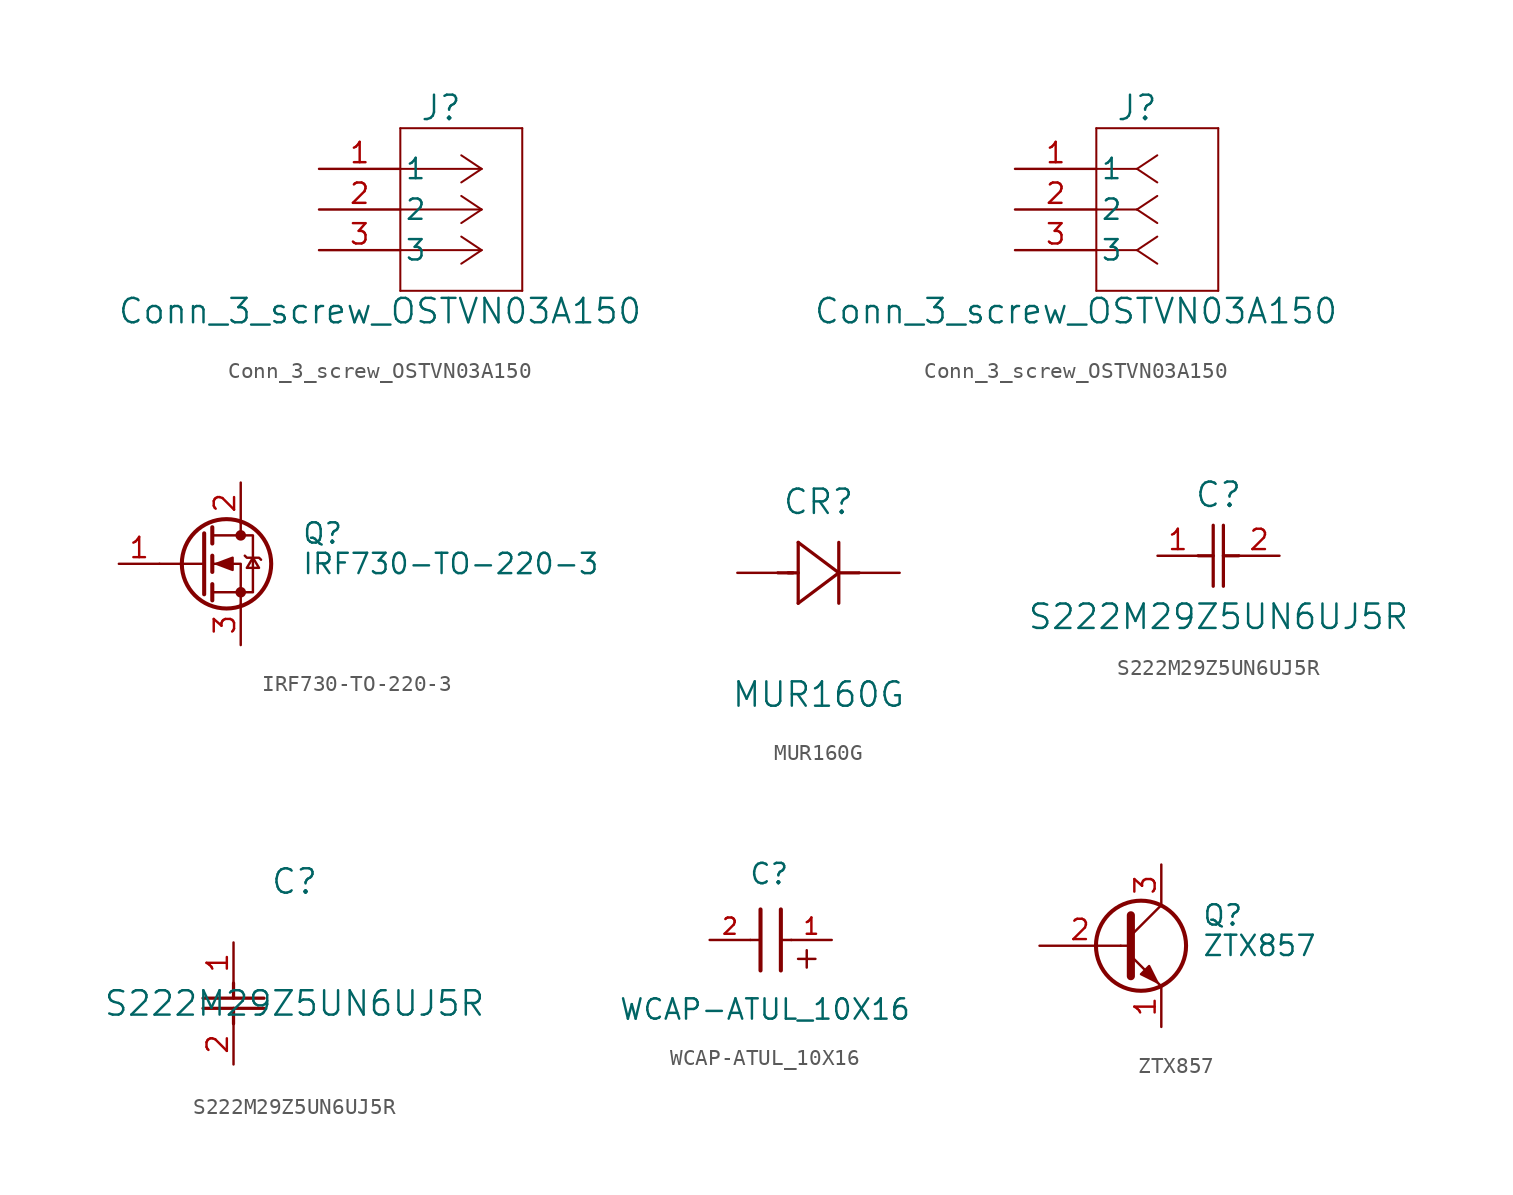
<source format=kicad_sym>
(kicad_symbol_lib
  (version 20231120)
  (generator "kicad_symbol_editor")
  (generator_version "8.0")
  (symbol "Conn_3_screw_OSTVN03A150"
    (pin_names
      (offset 0.254))
    (property "Reference" "J"
      (at 7.62 3.81 0)
      (effects (font (size 1.524 1.524))))
    (property "Value" "Conn_3_screw_OSTVN03A150"
      (at 3.81 -8.89 0)
      (effects (font (size 1.524 1.524))))
    (property "ki_locked" ""
      (at 0 0 0)
      (effects (font (size 1.27 1.27))))
    (symbol "Conn_3_screw_OSTVN03A150_1_1"
      (polyline (pts (xy 5.08 -7.62) (xy 12.7 -7.62)) (stroke (width 0.127) (type default)) (fill (type none)))
      (polyline (pts (xy 5.08 2.54) (xy 5.08 -7.62)) (stroke (width 0.127) (type default)) (fill (type none)))
      (polyline (pts (xy 10.16 -5.08) (xy 5.08 -5.08)) (stroke (width 0.127) (type default)) (fill (type none)))
      (polyline (pts (xy 10.16 -5.08) (xy 8.89 -5.927)) (stroke (width 0.127) (type default)) (fill (type none)))
      (polyline (pts (xy 10.16 -5.08) (xy 8.89 -4.233)) (stroke (width 0.127) (type default)) (fill (type none)))
      (polyline (pts (xy 10.16 -2.54) (xy 5.08 -2.54)) (stroke (width 0.127) (type default)) (fill (type none)))
      (polyline (pts (xy 10.16 -2.54) (xy 8.89 -3.387)) (stroke (width 0.127) (type default)) (fill (type none)))
      (polyline (pts (xy 10.16 -2.54) (xy 8.89 -1.693)) (stroke (width 0.127) (type default)) (fill (type none)))
      (polyline (pts (xy 10.16 0) (xy 5.08 0)) (stroke (width 0.127) (type default)) (fill (type none)))
      (polyline (pts (xy 10.16 0) (xy 8.89 -0.847)) (stroke (width 0.127) (type default)) (fill (type none)))
      (polyline (pts (xy 10.16 0) (xy 8.89 0.847)) (stroke (width 0.127) (type default)) (fill (type none)))
      (polyline (pts (xy 12.7 -7.62) (xy 12.7 2.54)) (stroke (width 0.127) (type default)) (fill (type none)))
      (polyline (pts (xy 12.7 2.54) (xy 5.08 2.54)) (stroke (width 0.127) (type default)) (fill (type none)))
      (pin passive line (at 0 0 0) (length 5.08) (name "1" (effects (font (size 1.27 1.27)))) (number "1" (effects (font (size 1.27 1.27)))))
      (pin passive line (at 0 -2.54 0) (length 5.08) (name "2" (effects (font (size 1.27 1.27)))) (number "2" (effects (font (size 1.27 1.27)))))
      (pin passive line (at 0 -5.08 0) (length 5.08) (name "3" (effects (font (size 1.27 1.27)))) (number "3" (effects (font (size 1.27 1.27))))))
    (symbol "Conn_3_screw_OSTVN03A150_1_2"
      (polyline (pts (xy 5.08 -7.62) (xy 12.7 -7.62)) (stroke (width 0.127) (type default)) (fill (type none)))
      (polyline (pts (xy 5.08 2.54) (xy 5.08 -7.62)) (stroke (width 0.127) (type default)) (fill (type none)))
      (polyline (pts (xy 7.62 -5.08) (xy 5.08 -5.08)) (stroke (width 0.127) (type default)) (fill (type none)))
      (polyline (pts (xy 7.62 -5.08) (xy 8.89 -5.927)) (stroke (width 0.127) (type default)) (fill (type none)))
      (polyline (pts (xy 7.62 -5.08) (xy 8.89 -4.233)) (stroke (width 0.127) (type default)) (fill (type none)))
      (polyline (pts (xy 7.62 -2.54) (xy 5.08 -2.54)) (stroke (width 0.127) (type default)) (fill (type none)))
      (polyline (pts (xy 7.62 -2.54) (xy 8.89 -3.387)) (stroke (width 0.127) (type default)) (fill (type none)))
      (polyline (pts (xy 7.62 -2.54) (xy 8.89 -1.693)) (stroke (width 0.127) (type default)) (fill (type none)))
      (polyline (pts (xy 7.62 0) (xy 5.08 0)) (stroke (width 0.127) (type default)) (fill (type none)))
      (polyline (pts (xy 7.62 0) (xy 8.89 -0.847)) (stroke (width 0.127) (type default)) (fill (type none)))
      (polyline (pts (xy 7.62 0) (xy 8.89 0.847)) (stroke (width 0.127) (type default)) (fill (type none)))
      (polyline (pts (xy 12.7 -7.62) (xy 12.7 2.54)) (stroke (width 0.127) (type default)) (fill (type none)))
      (polyline (pts (xy 12.7 2.54) (xy 5.08 2.54)) (stroke (width 0.127) (type default)) (fill (type none)))
      (pin unspecified line (at 0 0 0) (length 5.08) (name "1" (effects (font (size 1.27 1.27)))) (number "1" (effects (font (size 1.27 1.27)))))
      (pin unspecified line (at 0 -2.54 0) (length 5.08) (name "2" (effects (font (size 1.27 1.27)))) (number "2" (effects (font (size 1.27 1.27)))))
      (pin unspecified line (at 0 -5.08 0) (length 5.08) (name "3" (effects (font (size 1.27 1.27)))) (number "3" (effects (font (size 1.27 1.27)))))))
  (symbol "IRF730-TO-220-3"
    (pin_names hide)
    (property "Reference" "Q"
      (at 6.35 1.905 0)
      (effects (font (size 1.27 1.27)) (justify left)))
    (property "Value" "IRF730-TO-220-3"
      (at 6.35 0 0)
      (effects (font (size 1.27 1.27)) (justify left)))
    (symbol "IRF730-TO-220-3_0_1"
      (polyline (pts (xy 0.254 0) (xy -2.54 0)) (stroke (width 0) (type default)) (fill (type none)))
      (polyline (pts (xy 0.254 1.905) (xy 0.254 -1.905)) (stroke (width 0.254) (type default)) (fill (type none)))
      (polyline (pts (xy 0.762 -1.27) (xy 0.762 -2.286)) (stroke (width 0.254) (type default)) (fill (type none)))
      (polyline (pts (xy 0.762 0.508) (xy 0.762 -0.508)) (stroke (width 0.254) (type default)) (fill (type none)))
      (polyline (pts (xy 0.762 2.286) (xy 0.762 1.27)) (stroke (width 0.254) (type default)) (fill (type none)))
      (polyline (pts (xy 2.54 2.54) (xy 2.54 1.778)) (stroke (width 0) (type default)) (fill (type none)))
      (polyline (pts (xy 2.54 -2.54) (xy 2.54 0) (xy 0.762 0)) (stroke (width 0) (type default)) (fill (type none)))
      (polyline (pts (xy 0.762 -1.778) (xy 3.302 -1.778) (xy 3.302 1.778) (xy 0.762 1.778)) (stroke (width 0) (type default)) (fill (type none)))
      (polyline (pts (xy 1.016 0) (xy 2.032 0.381) (xy 2.032 -0.381) (xy 1.016 0)) (stroke (width 0) (type default)) (fill (type outline)))
      (polyline (pts (xy 2.794 0.508) (xy 2.921 0.381) (xy 3.683 0.381) (xy 3.81 0.254)) (stroke (width 0) (type default)) (fill (type none)))
      (polyline (pts (xy 3.302 0.381) (xy 2.921 -0.254) (xy 3.683 -0.254) (xy 3.302 0.381)) (stroke (width 0) (type default)) (fill (type none)))
      (circle (center 1.651 0) (radius 2.794) (stroke (width 0.254) (type default)) (fill (type none)))
      (circle (center 2.54 -1.778) (radius 0.254) (stroke (width 0) (type default)) (fill (type outline)))
      (circle (center 2.54 1.778) (radius 0.254) (stroke (width 0) (type default)) (fill (type outline))))
    (symbol "IRF730-TO-220-3_1_1"
      (pin input line (at -5.08 0 0) (length 2.54) (name "G" (effects (font (size 1.27 1.27)))) (number "1" (effects (font (size 1.27 1.27)))))
      (pin passive line (at 2.54 5.08 270) (length 2.54) (name "D" (effects (font (size 1.27 1.27)))) (number "2" (effects (font (size 1.27 1.27)))))
      (pin passive line (at 2.54 -5.08 90) (length 2.54) (name "S" (effects (font (size 1.27 1.27)))) (number "3" (effects (font (size 1.27 1.27)))))))
  (symbol "MUR160G"
    (pin_numbers hide)
    (pin_names
      (offset -1.651) hide)
    (property "Reference" "CR"
      (at 5.08 4.445 0)
      (effects (font (size 1.524 1.524))))
    (property "Value" "MUR160G"
      (at 5.08 -7.62 0)
      (effects (font (size 1.524 1.524))))
    (property "Datasheet" ""
      (at 0 0 0)
      (effects (font (size 1.524 1.524))))
    (property "ki_locked" ""
      (at 0 0 0)
      (effects (font (size 1.27 1.27))))
    (symbol "MUR160G_1_1"
      (polyline (pts (xy 2.54 0) (xy 3.48 0)) (stroke (width 0.203) (type default)) (fill (type none)))
      (polyline (pts (xy 3.175 0) (xy 3.81 0)) (stroke (width 0.203) (type default)) (fill (type none)))
      (polyline (pts (xy 3.81 -1.905) (xy 6.35 0)) (stroke (width 0.203) (type default)) (fill (type none)))
      (polyline (pts (xy 3.81 1.905) (xy 3.81 -1.905)) (stroke (width 0.203) (type default)) (fill (type none)))
      (polyline (pts (xy 6.35 -1.905) (xy 6.35 1.905)) (stroke (width 0.203) (type default)) (fill (type none)))
      (polyline (pts (xy 6.35 0) (xy 3.81 1.905)) (stroke (width 0.203) (type default)) (fill (type none)))
      (polyline (pts (xy 6.35 0) (xy 7.62 0)) (stroke (width 0.203) (type default)) (fill (type none)))
      (pin passive line (at 10.16 0 180) (length 2.54) (name "1" (effects (font (size 1.499 1.499)))) (number "1" (effects (font (size 1.499 1.499)))))
      (pin passive line (at 0 0 0) (length 2.54) (name "2" (effects (font (size 1.499 1.499)))) (number "2" (effects (font (size 1.499 1.499)))))))
  (symbol "S222M29Z5UN6UJ5R"
    (pin_names
      (offset 0.254))
    (property "Reference" "C"
      (at 3.81 3.81 0)
      (effects (font (size 1.524 1.524))))
    (property "Value" "S222M29Z5UN6UJ5R"
      (at 3.81 -3.81 0)
      (effects (font (size 1.524 1.524))))
    (property "ki_locked" ""
      (at 0 0 0)
      (effects (font (size 1.27 1.27))))
    (symbol "S222M29Z5UN6UJ5R_1_1"
      (polyline (pts (xy 2.54 0) (xy 3.48 0)) (stroke (width 0.203) (type default)) (fill (type none)))
      (polyline (pts (xy 3.48 -1.905) (xy 3.48 1.905)) (stroke (width 0.203) (type default)) (fill (type none)))
      (polyline (pts (xy 4.115 -1.905) (xy 4.115 1.905)) (stroke (width 0.203) (type default)) (fill (type none)))
      (polyline (pts (xy 4.115 0) (xy 5.08 0)) (stroke (width 0.203) (type default)) (fill (type none)))
      (pin passive line (at 0 0 0) (length 2.54) (name "" (effects (font (size 1.27 1.27)))) (number "1" (effects (font (size 1.27 1.27)))))
      (pin passive line (at 7.62 0 180) (length 2.54) (name "" (effects (font (size 1.27 1.27)))) (number "2" (effects (font (size 1.27 1.27))))))
    (symbol "S222M29Z5UN6UJ5R_1_2"
      (polyline (pts (xy -1.905 -4.115) (xy 1.905 -4.115)) (stroke (width 0.203) (type default)) (fill (type none)))
      (polyline (pts (xy -1.905 -3.48) (xy 1.905 -3.48)) (stroke (width 0.203) (type default)) (fill (type none)))
      (polyline (pts (xy 0 -4.115) (xy 0 -5.08)) (stroke (width 0.203) (type default)) (fill (type none)))
      (polyline (pts (xy 0 -2.54) (xy 0 -3.48)) (stroke (width 0.203) (type default)) (fill (type none)))
      (pin unspecified line (at 0 0 270) (length 2.54) (name "" (effects (font (size 1.27 1.27)))) (number "1" (effects (font (size 1.27 1.27)))))
      (pin unspecified line (at 0 -7.62 90) (length 2.54) (name "" (effects (font (size 1.27 1.27)))) (number "2" (effects (font (size 1.27 1.27)))))))
  (symbol "WCAP-ATUL_10X16"
    (pin_names
      (offset 1.016))
    (property "Reference" "C"
      (at 1.175 3.38 0)
      (effects (font (size 1.27 1.27)) (justify bottom)))
    (property "Value" "WCAP-ATUL_10X16"
      (at 0.915 -5.075 0)
      (effects (font (size 1.27 1.27)) (justify bottom)))
    (symbol "WCAP-ATUL_10X16_0_0"
      (polyline (pts (xy 0 0) (xy 0.643 0)) (stroke (width 0.152) (type default)) (fill (type none)))
      (polyline (pts (xy 0.635 -1.905) (xy 0.635 1.905)) (stroke (width 0.254) (type default)) (fill (type none)))
      (polyline (pts (xy 1.905 1.905) (xy 1.905 -1.905)) (stroke (width 0.254) (type default)) (fill (type none)))
      (polyline (pts (xy 1.928 0) (xy 2.571 0)) (stroke (width 0.152) (type default)) (fill (type none)))
      (text "+" (at 2.54 -1.905 0) (effects (font (size 1.422 1.422)) (justify left bottom)))
      (pin passive line (at 5.08 0 180) (length 2.54) (name "~" (effects (font (size 1.016 1.016)))) (number "1" (effects (font (size 1.016 1.016)))))
      (pin passive line (at -2.54 0 0) (length 2.54) (name "~" (effects (font (size 1.016 1.016)))) (number "2" (effects (font (size 1.016 1.016)))))))
  (symbol "ZTX857"
    (pin_names
      (offset 1.016) hide)
    (property "Reference" "Q"
      (at 5.08 1.905 0)
      (effects (font (size 1.27 1.27)) (justify left)))
    (property "Value" "ZTX857"
      (at 5.08 0 0)
      (effects (font (size 1.27 1.27)) (justify left)))
    (symbol "ZTX857_0_1"
      (polyline (pts (xy 0 0) (xy 0.635 0)) (stroke (width 0) (type default)) (fill (type none)))
      (polyline (pts (xy 0.635 0.635) (xy 2.54 2.54)) (stroke (width 0) (type default)) (fill (type none)))
      (polyline (pts (xy 0.635 -0.635) (xy 2.54 -2.54) (xy 2.54 -2.54)) (stroke (width 0) (type default)) (fill (type none)))
      (polyline (pts (xy 0.635 1.905) (xy 0.635 -1.905) (xy 0.635 -1.905)) (stroke (width 0.508) (type default)) (fill (type none)))
      (polyline (pts (xy 1.27 -1.778) (xy 1.778 -1.27) (xy 2.286 -2.286) (xy 1.27 -1.778) (xy 1.27 -1.778)) (stroke (width 0) (type default)) (fill (type outline)))
      (circle (center 1.27 0) (radius 2.819) (stroke (width 0.254) (type default)) (fill (type none))))
    (symbol "ZTX857_1_1"
      (pin passive line (at 2.54 -5.08 90) (length 2.54) (name "E" (effects (font (size 1.27 1.27)))) (number "1" (effects (font (size 1.27 1.27)))))
      (pin input line (at -5.08 0 0) (length 5.08) (name "B" (effects (font (size 1.27 1.27)))) (number "2" (effects (font (size 1.27 1.27)))))
      (pin passive line (at 2.54 5.08 270) (length 2.54) (name "C" (effects (font (size 1.27 1.27)))) (number "3" (effects (font (size 1.27 1.27))))))))
</source>
